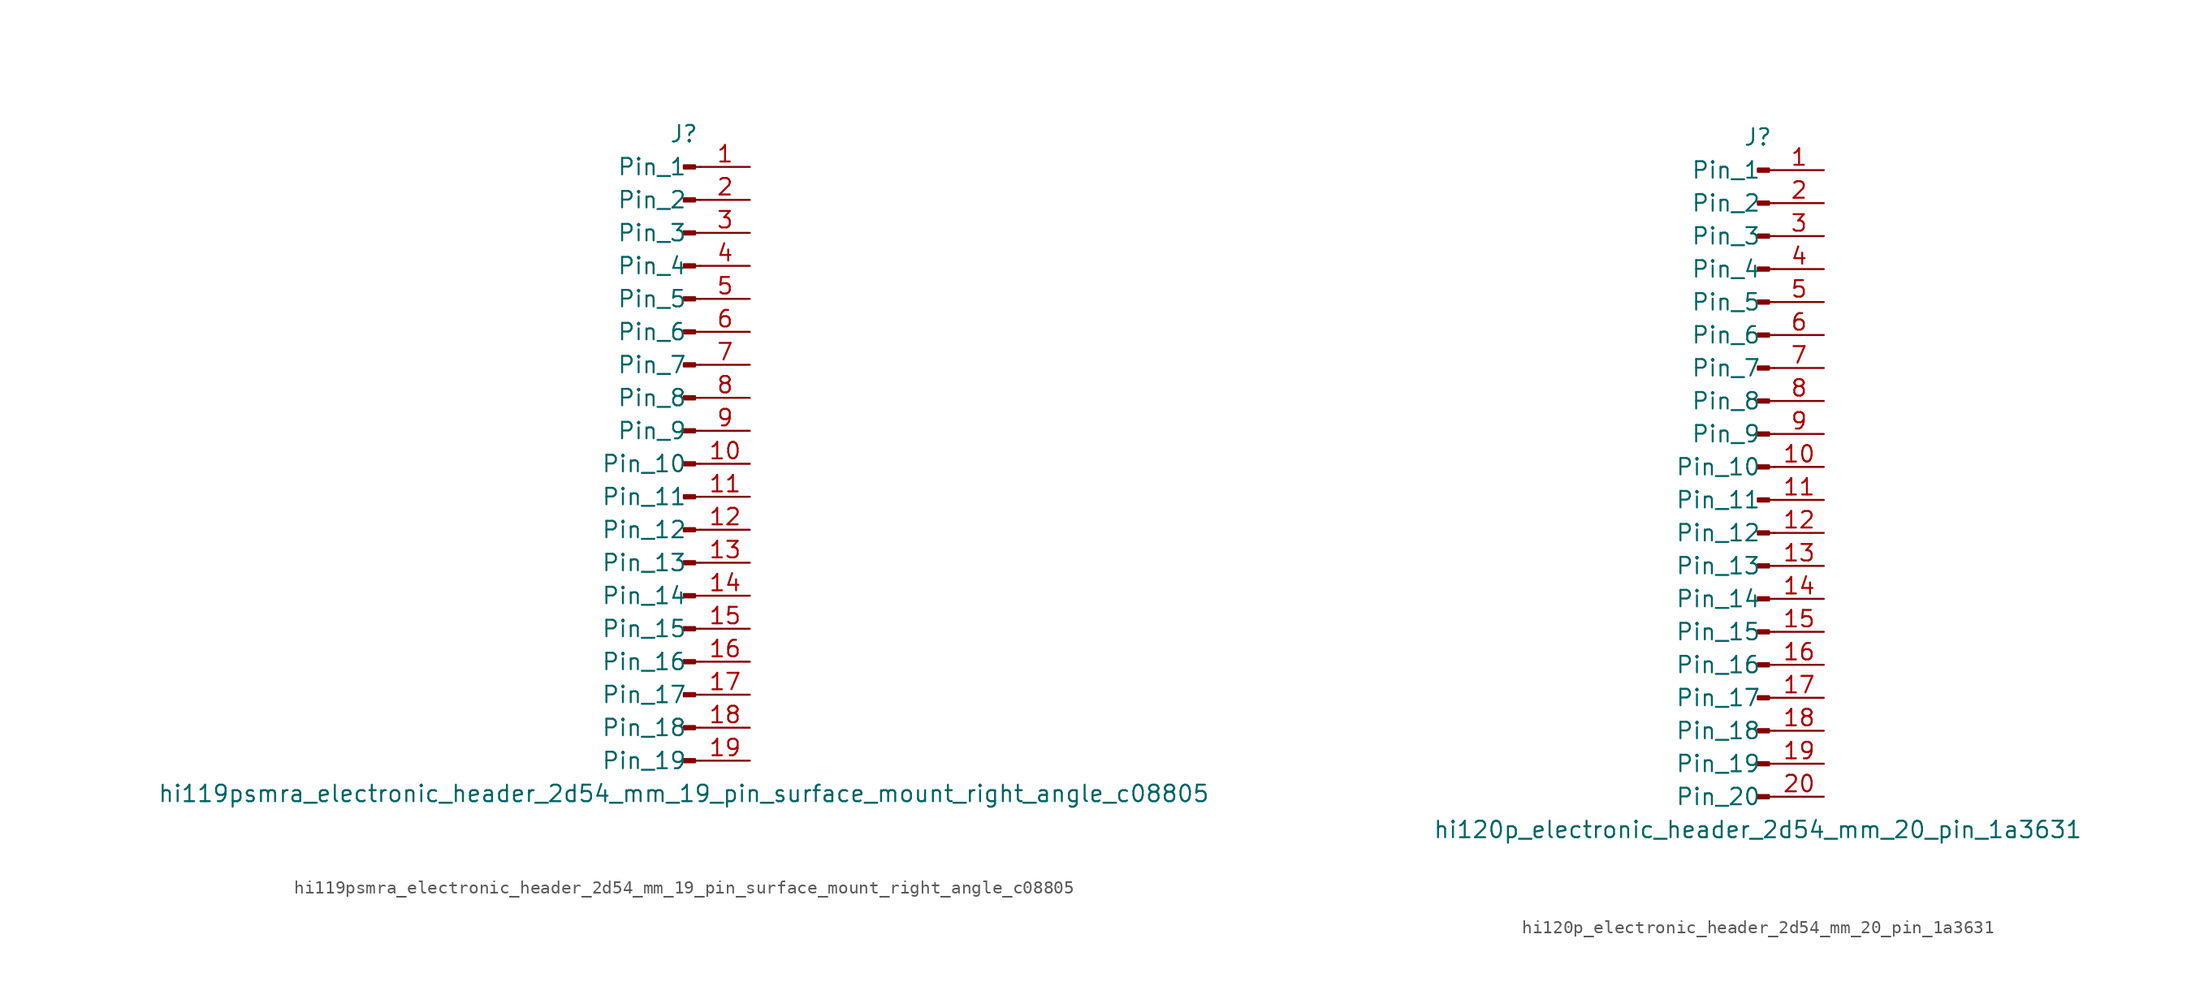
<source format=kicad_sym>
(kicad_symbol_lib
  (version 20220914)
  (generator kicad_symbol_editor)
  (symbol "hi119psmra_electronic_header_2d54_mm_19_pin_surface_mount_right_angle_c08805"
    (pin_names
      (offset 1.016))
    (property "Reference" "J"
      (at 0 25.4 0)
      (effects (font (size 1.27 1.27))))
    (property "Value" "hi119psmra_electronic_header_2d54_mm_19_pin_surface_mount_right_angle_c08805"
      (at 0 -25.4 0)
      (effects (font (size 1.27 1.27))))
    (property "ki_locked" ""
      (at 0 0 0)
      (effects (font (size 1.27 1.27))))
    (symbol "hi119psmra_electronic_header_2d54_mm_19_pin_surface_mount_right_angle_c08805_1_1"
      (polyline (pts (xy 1.27 -22.86) (xy 0.864 -22.86)) (stroke (width 0.152) (type default)) (fill (type none)))
      (polyline (pts (xy 1.27 -20.32) (xy 0.864 -20.32)) (stroke (width 0.152) (type default)) (fill (type none)))
      (polyline (pts (xy 1.27 -17.78) (xy 0.864 -17.78)) (stroke (width 0.152) (type default)) (fill (type none)))
      (polyline (pts (xy 1.27 -15.24) (xy 0.864 -15.24)) (stroke (width 0.152) (type default)) (fill (type none)))
      (polyline (pts (xy 1.27 -12.7) (xy 0.864 -12.7)) (stroke (width 0.152) (type default)) (fill (type none)))
      (polyline (pts (xy 1.27 -10.16) (xy 0.864 -10.16)) (stroke (width 0.152) (type default)) (fill (type none)))
      (polyline (pts (xy 1.27 -7.62) (xy 0.864 -7.62)) (stroke (width 0.152) (type default)) (fill (type none)))
      (polyline (pts (xy 1.27 -5.08) (xy 0.864 -5.08)) (stroke (width 0.152) (type default)) (fill (type none)))
      (polyline (pts (xy 1.27 -2.54) (xy 0.864 -2.54)) (stroke (width 0.152) (type default)) (fill (type none)))
      (polyline (pts (xy 1.27 0) (xy 0.864 0)) (stroke (width 0.152) (type default)) (fill (type none)))
      (polyline (pts (xy 1.27 2.54) (xy 0.864 2.54)) (stroke (width 0.152) (type default)) (fill (type none)))
      (polyline (pts (xy 1.27 5.08) (xy 0.864 5.08)) (stroke (width 0.152) (type default)) (fill (type none)))
      (polyline (pts (xy 1.27 7.62) (xy 0.864 7.62)) (stroke (width 0.152) (type default)) (fill (type none)))
      (polyline (pts (xy 1.27 10.16) (xy 0.864 10.16)) (stroke (width 0.152) (type default)) (fill (type none)))
      (polyline (pts (xy 1.27 12.7) (xy 0.864 12.7)) (stroke (width 0.152) (type default)) (fill (type none)))
      (polyline (pts (xy 1.27 15.24) (xy 0.864 15.24)) (stroke (width 0.152) (type default)) (fill (type none)))
      (polyline (pts (xy 1.27 17.78) (xy 0.864 17.78)) (stroke (width 0.152) (type default)) (fill (type none)))
      (polyline (pts (xy 1.27 20.32) (xy 0.864 20.32)) (stroke (width 0.152) (type default)) (fill (type none)))
      (polyline (pts (xy 1.27 22.86) (xy 0.864 22.86)) (stroke (width 0.152) (type default)) (fill (type none)))
      (rectangle (start 0.864 -22.733) (end 0 -22.987) (stroke (width 0.152) (type default)) (fill (type outline)))
      (rectangle (start 0.864 -20.193) (end 0 -20.447) (stroke (width 0.152) (type default)) (fill (type outline)))
      (rectangle (start 0.864 -17.653) (end 0 -17.907) (stroke (width 0.152) (type default)) (fill (type outline)))
      (rectangle (start 0.864 -15.113) (end 0 -15.367) (stroke (width 0.152) (type default)) (fill (type outline)))
      (rectangle (start 0.864 -12.573) (end 0 -12.827) (stroke (width 0.152) (type default)) (fill (type outline)))
      (rectangle (start 0.864 -10.033) (end 0 -10.287) (stroke (width 0.152) (type default)) (fill (type outline)))
      (rectangle (start 0.864 -7.493) (end 0 -7.747) (stroke (width 0.152) (type default)) (fill (type outline)))
      (rectangle (start 0.864 -4.953) (end 0 -5.207) (stroke (width 0.152) (type default)) (fill (type outline)))
      (rectangle (start 0.864 -2.413) (end 0 -2.667) (stroke (width 0.152) (type default)) (fill (type outline)))
      (rectangle (start 0.864 0.127) (end 0 -0.127) (stroke (width 0.152) (type default)) (fill (type outline)))
      (rectangle (start 0.864 2.667) (end 0 2.413) (stroke (width 0.152) (type default)) (fill (type outline)))
      (rectangle (start 0.864 5.207) (end 0 4.953) (stroke (width 0.152) (type default)) (fill (type outline)))
      (rectangle (start 0.864 7.747) (end 0 7.493) (stroke (width 0.152) (type default)) (fill (type outline)))
      (rectangle (start 0.864 10.287) (end 0 10.033) (stroke (width 0.152) (type default)) (fill (type outline)))
      (rectangle (start 0.864 12.827) (end 0 12.573) (stroke (width 0.152) (type default)) (fill (type outline)))
      (rectangle (start 0.864 15.367) (end 0 15.113) (stroke (width 0.152) (type default)) (fill (type outline)))
      (rectangle (start 0.864 17.907) (end 0 17.653) (stroke (width 0.152) (type default)) (fill (type outline)))
      (rectangle (start 0.864 20.447) (end 0 20.193) (stroke (width 0.152) (type default)) (fill (type outline)))
      (rectangle (start 0.864 22.987) (end 0 22.733) (stroke (width 0.152) (type default)) (fill (type outline)))
      (pin passive line (at 5.08 22.86 180) (length 3.81) (name "Pin_1" (effects (font (size 1.27 1.27)))) (number "1" (effects (font (size 1.27 1.27)))))
      (pin passive line (at 5.08 0 180) (length 3.81) (name "Pin_10" (effects (font (size 1.27 1.27)))) (number "10" (effects (font (size 1.27 1.27)))))
      (pin passive line (at 5.08 -2.54 180) (length 3.81) (name "Pin_11" (effects (font (size 1.27 1.27)))) (number "11" (effects (font (size 1.27 1.27)))))
      (pin passive line (at 5.08 -5.08 180) (length 3.81) (name "Pin_12" (effects (font (size 1.27 1.27)))) (number "12" (effects (font (size 1.27 1.27)))))
      (pin passive line (at 5.08 -7.62 180) (length 3.81) (name "Pin_13" (effects (font (size 1.27 1.27)))) (number "13" (effects (font (size 1.27 1.27)))))
      (pin passive line (at 5.08 -10.16 180) (length 3.81) (name "Pin_14" (effects (font (size 1.27 1.27)))) (number "14" (effects (font (size 1.27 1.27)))))
      (pin passive line (at 5.08 -12.7 180) (length 3.81) (name "Pin_15" (effects (font (size 1.27 1.27)))) (number "15" (effects (font (size 1.27 1.27)))))
      (pin passive line (at 5.08 -15.24 180) (length 3.81) (name "Pin_16" (effects (font (size 1.27 1.27)))) (number "16" (effects (font (size 1.27 1.27)))))
      (pin passive line (at 5.08 -17.78 180) (length 3.81) (name "Pin_17" (effects (font (size 1.27 1.27)))) (number "17" (effects (font (size 1.27 1.27)))))
      (pin passive line (at 5.08 -20.32 180) (length 3.81) (name "Pin_18" (effects (font (size 1.27 1.27)))) (number "18" (effects (font (size 1.27 1.27)))))
      (pin passive line (at 5.08 -22.86 180) (length 3.81) (name "Pin_19" (effects (font (size 1.27 1.27)))) (number "19" (effects (font (size 1.27 1.27)))))
      (pin passive line (at 5.08 20.32 180) (length 3.81) (name "Pin_2" (effects (font (size 1.27 1.27)))) (number "2" (effects (font (size 1.27 1.27)))))
      (pin passive line (at 5.08 17.78 180) (length 3.81) (name "Pin_3" (effects (font (size 1.27 1.27)))) (number "3" (effects (font (size 1.27 1.27)))))
      (pin passive line (at 5.08 15.24 180) (length 3.81) (name "Pin_4" (effects (font (size 1.27 1.27)))) (number "4" (effects (font (size 1.27 1.27)))))
      (pin passive line (at 5.08 12.7 180) (length 3.81) (name "Pin_5" (effects (font (size 1.27 1.27)))) (number "5" (effects (font (size 1.27 1.27)))))
      (pin passive line (at 5.08 10.16 180) (length 3.81) (name "Pin_6" (effects (font (size 1.27 1.27)))) (number "6" (effects (font (size 1.27 1.27)))))
      (pin passive line (at 5.08 7.62 180) (length 3.81) (name "Pin_7" (effects (font (size 1.27 1.27)))) (number "7" (effects (font (size 1.27 1.27)))))
      (pin passive line (at 5.08 5.08 180) (length 3.81) (name "Pin_8" (effects (font (size 1.27 1.27)))) (number "8" (effects (font (size 1.27 1.27)))))
      (pin passive line (at 5.08 2.54 180) (length 3.81) (name "Pin_9" (effects (font (size 1.27 1.27)))) (number "9" (effects (font (size 1.27 1.27)))))))
  (symbol "hi120p_electronic_header_2d54_mm_20_pin_1a3631"
    (pin_names
      (offset 1.016))
    (property "Reference" "J"
      (at 0 25.4 0)
      (effects (font (size 1.27 1.27))))
    (property "Value" "hi120p_electronic_header_2d54_mm_20_pin_1a3631"
      (at 0 -27.94 0)
      (effects (font (size 1.27 1.27))))
    (property "ki_locked" ""
      (at 0 0 0)
      (effects (font (size 1.27 1.27))))
    (symbol "hi120p_electronic_header_2d54_mm_20_pin_1a3631_1_1"
      (polyline (pts (xy 1.27 -25.4) (xy 0.864 -25.4)) (stroke (width 0.152) (type default)) (fill (type none)))
      (polyline (pts (xy 1.27 -22.86) (xy 0.864 -22.86)) (stroke (width 0.152) (type default)) (fill (type none)))
      (polyline (pts (xy 1.27 -20.32) (xy 0.864 -20.32)) (stroke (width 0.152) (type default)) (fill (type none)))
      (polyline (pts (xy 1.27 -17.78) (xy 0.864 -17.78)) (stroke (width 0.152) (type default)) (fill (type none)))
      (polyline (pts (xy 1.27 -15.24) (xy 0.864 -15.24)) (stroke (width 0.152) (type default)) (fill (type none)))
      (polyline (pts (xy 1.27 -12.7) (xy 0.864 -12.7)) (stroke (width 0.152) (type default)) (fill (type none)))
      (polyline (pts (xy 1.27 -10.16) (xy 0.864 -10.16)) (stroke (width 0.152) (type default)) (fill (type none)))
      (polyline (pts (xy 1.27 -7.62) (xy 0.864 -7.62)) (stroke (width 0.152) (type default)) (fill (type none)))
      (polyline (pts (xy 1.27 -5.08) (xy 0.864 -5.08)) (stroke (width 0.152) (type default)) (fill (type none)))
      (polyline (pts (xy 1.27 -2.54) (xy 0.864 -2.54)) (stroke (width 0.152) (type default)) (fill (type none)))
      (polyline (pts (xy 1.27 0) (xy 0.864 0)) (stroke (width 0.152) (type default)) (fill (type none)))
      (polyline (pts (xy 1.27 2.54) (xy 0.864 2.54)) (stroke (width 0.152) (type default)) (fill (type none)))
      (polyline (pts (xy 1.27 5.08) (xy 0.864 5.08)) (stroke (width 0.152) (type default)) (fill (type none)))
      (polyline (pts (xy 1.27 7.62) (xy 0.864 7.62)) (stroke (width 0.152) (type default)) (fill (type none)))
      (polyline (pts (xy 1.27 10.16) (xy 0.864 10.16)) (stroke (width 0.152) (type default)) (fill (type none)))
      (polyline (pts (xy 1.27 12.7) (xy 0.864 12.7)) (stroke (width 0.152) (type default)) (fill (type none)))
      (polyline (pts (xy 1.27 15.24) (xy 0.864 15.24)) (stroke (width 0.152) (type default)) (fill (type none)))
      (polyline (pts (xy 1.27 17.78) (xy 0.864 17.78)) (stroke (width 0.152) (type default)) (fill (type none)))
      (polyline (pts (xy 1.27 20.32) (xy 0.864 20.32)) (stroke (width 0.152) (type default)) (fill (type none)))
      (polyline (pts (xy 1.27 22.86) (xy 0.864 22.86)) (stroke (width 0.152) (type default)) (fill (type none)))
      (rectangle (start 0.864 -25.273) (end 0 -25.527) (stroke (width 0.152) (type default)) (fill (type outline)))
      (rectangle (start 0.864 -22.733) (end 0 -22.987) (stroke (width 0.152) (type default)) (fill (type outline)))
      (rectangle (start 0.864 -20.193) (end 0 -20.447) (stroke (width 0.152) (type default)) (fill (type outline)))
      (rectangle (start 0.864 -17.653) (end 0 -17.907) (stroke (width 0.152) (type default)) (fill (type outline)))
      (rectangle (start 0.864 -15.113) (end 0 -15.367) (stroke (width 0.152) (type default)) (fill (type outline)))
      (rectangle (start 0.864 -12.573) (end 0 -12.827) (stroke (width 0.152) (type default)) (fill (type outline)))
      (rectangle (start 0.864 -10.033) (end 0 -10.287) (stroke (width 0.152) (type default)) (fill (type outline)))
      (rectangle (start 0.864 -7.493) (end 0 -7.747) (stroke (width 0.152) (type default)) (fill (type outline)))
      (rectangle (start 0.864 -4.953) (end 0 -5.207) (stroke (width 0.152) (type default)) (fill (type outline)))
      (rectangle (start 0.864 -2.413) (end 0 -2.667) (stroke (width 0.152) (type default)) (fill (type outline)))
      (rectangle (start 0.864 0.127) (end 0 -0.127) (stroke (width 0.152) (type default)) (fill (type outline)))
      (rectangle (start 0.864 2.667) (end 0 2.413) (stroke (width 0.152) (type default)) (fill (type outline)))
      (rectangle (start 0.864 5.207) (end 0 4.953) (stroke (width 0.152) (type default)) (fill (type outline)))
      (rectangle (start 0.864 7.747) (end 0 7.493) (stroke (width 0.152) (type default)) (fill (type outline)))
      (rectangle (start 0.864 10.287) (end 0 10.033) (stroke (width 0.152) (type default)) (fill (type outline)))
      (rectangle (start 0.864 12.827) (end 0 12.573) (stroke (width 0.152) (type default)) (fill (type outline)))
      (rectangle (start 0.864 15.367) (end 0 15.113) (stroke (width 0.152) (type default)) (fill (type outline)))
      (rectangle (start 0.864 17.907) (end 0 17.653) (stroke (width 0.152) (type default)) (fill (type outline)))
      (rectangle (start 0.864 20.447) (end 0 20.193) (stroke (width 0.152) (type default)) (fill (type outline)))
      (rectangle (start 0.864 22.987) (end 0 22.733) (stroke (width 0.152) (type default)) (fill (type outline)))
      (pin passive line (at 5.08 22.86 180) (length 3.81) (name "Pin_1" (effects (font (size 1.27 1.27)))) (number "1" (effects (font (size 1.27 1.27)))))
      (pin passive line (at 5.08 0 180) (length 3.81) (name "Pin_10" (effects (font (size 1.27 1.27)))) (number "10" (effects (font (size 1.27 1.27)))))
      (pin passive line (at 5.08 -2.54 180) (length 3.81) (name "Pin_11" (effects (font (size 1.27 1.27)))) (number "11" (effects (font (size 1.27 1.27)))))
      (pin passive line (at 5.08 -5.08 180) (length 3.81) (name "Pin_12" (effects (font (size 1.27 1.27)))) (number "12" (effects (font (size 1.27 1.27)))))
      (pin passive line (at 5.08 -7.62 180) (length 3.81) (name "Pin_13" (effects (font (size 1.27 1.27)))) (number "13" (effects (font (size 1.27 1.27)))))
      (pin passive line (at 5.08 -10.16 180) (length 3.81) (name "Pin_14" (effects (font (size 1.27 1.27)))) (number "14" (effects (font (size 1.27 1.27)))))
      (pin passive line (at 5.08 -12.7 180) (length 3.81) (name "Pin_15" (effects (font (size 1.27 1.27)))) (number "15" (effects (font (size 1.27 1.27)))))
      (pin passive line (at 5.08 -15.24 180) (length 3.81) (name "Pin_16" (effects (font (size 1.27 1.27)))) (number "16" (effects (font (size 1.27 1.27)))))
      (pin passive line (at 5.08 -17.78 180) (length 3.81) (name "Pin_17" (effects (font (size 1.27 1.27)))) (number "17" (effects (font (size 1.27 1.27)))))
      (pin passive line (at 5.08 -20.32 180) (length 3.81) (name "Pin_18" (effects (font (size 1.27 1.27)))) (number "18" (effects (font (size 1.27 1.27)))))
      (pin passive line (at 5.08 -22.86 180) (length 3.81) (name "Pin_19" (effects (font (size 1.27 1.27)))) (number "19" (effects (font (size 1.27 1.27)))))
      (pin passive line (at 5.08 20.32 180) (length 3.81) (name "Pin_2" (effects (font (size 1.27 1.27)))) (number "2" (effects (font (size 1.27 1.27)))))
      (pin passive line (at 5.08 -25.4 180) (length 3.81) (name "Pin_20" (effects (font (size 1.27 1.27)))) (number "20" (effects (font (size 1.27 1.27)))))
      (pin passive line (at 5.08 17.78 180) (length 3.81) (name "Pin_3" (effects (font (size 1.27 1.27)))) (number "3" (effects (font (size 1.27 1.27)))))
      (pin passive line (at 5.08 15.24 180) (length 3.81) (name "Pin_4" (effects (font (size 1.27 1.27)))) (number "4" (effects (font (size 1.27 1.27)))))
      (pin passive line (at 5.08 12.7 180) (length 3.81) (name "Pin_5" (effects (font (size 1.27 1.27)))) (number "5" (effects (font (size 1.27 1.27)))))
      (pin passive line (at 5.08 10.16 180) (length 3.81) (name "Pin_6" (effects (font (size 1.27 1.27)))) (number "6" (effects (font (size 1.27 1.27)))))
      (pin passive line (at 5.08 7.62 180) (length 3.81) (name "Pin_7" (effects (font (size 1.27 1.27)))) (number "7" (effects (font (size 1.27 1.27)))))
      (pin passive line (at 5.08 5.08 180) (length 3.81) (name "Pin_8" (effects (font (size 1.27 1.27)))) (number "8" (effects (font (size 1.27 1.27)))))
      (pin passive line (at 5.08 2.54 180) (length 3.81) (name "Pin_9" (effects (font (size 1.27 1.27)))) (number "9" (effects (font (size 1.27 1.27))))))))
</source>
